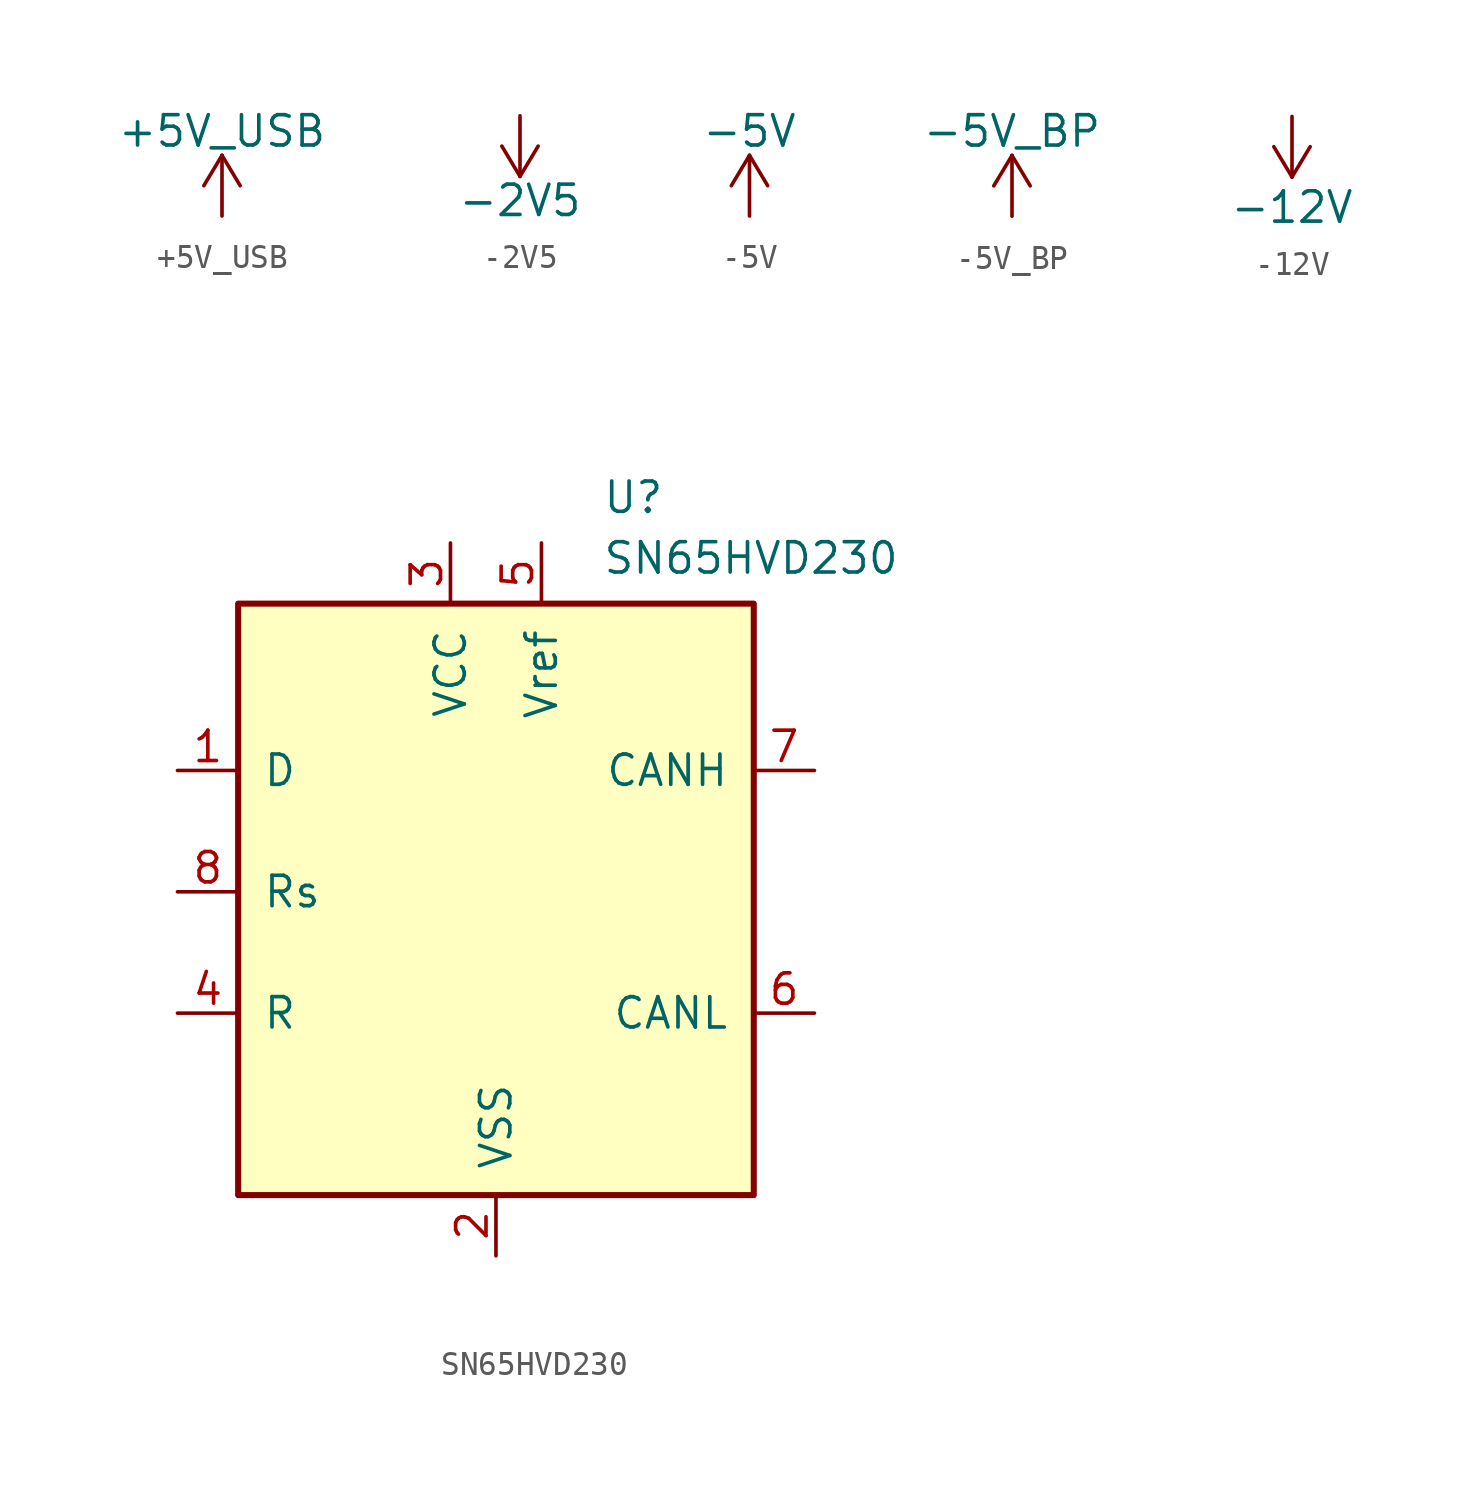
<source format=kicad_sym>
(kicad_symbol_lib
  (version 20211014)
  (generator kicad_symbol_editor)
  (symbol "+5V_USB"
    (power)
    (pin_names
      (offset 0))
    (property "Reference" "#PWR"
      (at 0 -3.81 0)
      (effects (font (size 1.27 1.27)) hide))
    (property "Value" "+5V_USB"
      (at 0 3.556 0)
      (effects (font (size 1.27 1.27))))
    (property "Footprint" ""
      (at 0 0 0)
      (effects (font (size 1.27 1.27))))
    (property "Datasheet" ""
      (at 0 0 0)
      (effects (font (size 1.27 1.27))))
    (symbol "+5V_USB_0_1"
      (polyline (pts (xy -0.762 1.27) (xy 0 2.54)) (stroke (width 0) (type default) (color 0 0 0 0)) (fill (type none)))
      (polyline (pts (xy 0 0) (xy 0 2.54)) (stroke (width 0) (type default) (color 0 0 0 0)) (fill (type none)))
      (polyline (pts (xy 0 2.54) (xy 0.762 1.27)) (stroke (width 0) (type default) (color 0 0 0 0)) (fill (type none))))
    (symbol "+5V_USB_1_1"
      (pin power_in line (at 0 0 90) (length 0) hide (name "+5V_USB" (effects (font (size 1.27 1.27)))) (number "1" (effects (font (size 1.27 1.27)))))))
  (symbol "-2V5"
    (power)
    (pin_names
      (offset 0))
    (property "Reference" "#PWR"
      (at 0 3.81 0)
      (effects (font (size 1.27 1.27)) hide))
    (property "Value" "-2V5"
      (at 0 -3.556 0)
      (effects (font (size 1.27 1.27))))
    (symbol "-2V5_0_1"
      (polyline (pts (xy -0.762 -1.27) (xy 0 -2.54)) (stroke (width 0) (type default) (color 0 0 0 0)) (fill (type none)))
      (polyline (pts (xy 0 -2.54) (xy 0.762 -1.27)) (stroke (width 0) (type default) (color 0 0 0 0)) (fill (type none)))
      (polyline (pts (xy 0 0) (xy 0 -2.54)) (stroke (width 0) (type default) (color 0 0 0 0)) (fill (type none))))
    (symbol "-2V5_1_1"
      (pin power_in line (at 0 0 270) (length 0) hide (name "-2V5" (effects (font (size 1.27 1.27)))) (number "1" (effects (font (size 1.27 1.27)))))))
  (symbol "-5V"
    (power)
    (pin_names
      (offset 0))
    (property "Reference" "#PWR"
      (at 0 -3.81 0)
      (effects (font (size 1.27 1.27)) hide))
    (property "Value" "-5V"
      (at 0 3.556 0)
      (effects (font (size 1.27 1.27))))
    (property "Footprint" ""
      (at 0 0 0)
      (effects (font (size 1.27 1.27))))
    (property "Datasheet" ""
      (at 0 0 0)
      (effects (font (size 1.27 1.27))))
    (symbol "-5V_0_1"
      (polyline (pts (xy -0.762 1.27) (xy 0 2.54)) (stroke (width 0) (type default) (color 0 0 0 0)) (fill (type none)))
      (polyline (pts (xy 0 0) (xy 0 2.54)) (stroke (width 0) (type default) (color 0 0 0 0)) (fill (type none)))
      (polyline (pts (xy 0 2.54) (xy 0.762 1.27)) (stroke (width 0) (type default) (color 0 0 0 0)) (fill (type none))))
    (symbol "-5V_1_1"
      (pin power_in line (at 0 0 90) (length 0) hide (name "-5V" (effects (font (size 1.27 1.27)))) (number "1" (effects (font (size 1.27 1.27)))))))
  (symbol "-5V_BP"
    (power)
    (pin_names
      (offset 0))
    (property "Reference" "#PWR"
      (at 0 -3.81 0)
      (effects (font (size 1.27 1.27)) hide))
    (property "Value" "-5V_BP"
      (at 0 3.556 0)
      (effects (font (size 1.27 1.27))))
    (property "Footprint" ""
      (at 0 0 0)
      (effects (font (size 1.27 1.27))))
    (property "Datasheet" ""
      (at 0 0 0)
      (effects (font (size 1.27 1.27))))
    (symbol "-5V_BP_0_1"
      (polyline (pts (xy -0.762 1.27) (xy 0 2.54)) (stroke (width 0) (type default) (color 0 0 0 0)) (fill (type none)))
      (polyline (pts (xy 0 0) (xy 0 2.54)) (stroke (width 0) (type default) (color 0 0 0 0)) (fill (type none)))
      (polyline (pts (xy 0 2.54) (xy 0.762 1.27)) (stroke (width 0) (type default) (color 0 0 0 0)) (fill (type none))))
    (symbol "-5V_BP_1_1"
      (pin power_in line (at 0 0 90) (length 0) hide (name "-5V_BP" (effects (font (size 1.27 1.27)))) (number "1" (effects (font (size 1.27 1.27)))))))
  (symbol "-12V"
    (power)
    (pin_names
      (offset 0))
    (property "Reference" "#PWR"
      (at 0 -3.81 0)
      (effects (font (size 1.27 1.27)) hide))
    (property "Value" "-12V"
      (at 0 -3.81 0)
      (effects (font (size 1.27 1.27))))
    (symbol "-12V_0_1"
      (polyline (pts (xy -0.762 -1.27) (xy 0 -2.54)) (stroke (width 0) (type default) (color 0 0 0 0)) (fill (type none)))
      (polyline (pts (xy 0 -2.54) (xy 0.762 -1.27)) (stroke (width 0) (type default) (color 0 0 0 0)) (fill (type none)))
      (polyline (pts (xy 0 0) (xy 0 -2.54)) (stroke (width 0) (type default) (color 0 0 0 0)) (fill (type none))))
    (symbol "-12V_1_1"
      (pin power_in line (at 0 0 90) (length 0) hide (name "-12V" (effects (font (size 1.27 1.27)))) (number "1" (effects (font (size 1.27 1.27)))))))
  (symbol "SN65HVD230"
    (pin_names
      (offset 1.016))
    (property "Reference" "U"
      (at 4.445 17.145 0)
      (effects (font (size 1.27 1.27)) (justify left)))
    (property "Value" "SN65HVD230"
      (at 4.445 14.605 0)
      (effects (font (size 1.27 1.27)) (justify left)))
    (symbol "SN65HVD230_0_1"
      (rectangle (start -10.795 12.7) (end 10.795 -12.065) (stroke (width 0.254) (type default) (color 0 0 0 0)) (fill (type background))))
    (symbol "SN65HVD230_1_1"
      (pin input line (at -13.335 5.715 0) (length 2.54) (name "D" (effects (font (size 1.27 1.27)))) (number "1" (effects (font (size 1.27 1.27)))))
      (pin power_in line (at 0 -14.605 90) (length 2.54) (name "VSS" (effects (font (size 1.27 1.27)))) (number "2" (effects (font (size 1.27 1.27)))))
      (pin power_in line (at -1.905 15.24 270) (length 2.54) (name "VCC" (effects (font (size 1.27 1.27)))) (number "3" (effects (font (size 1.27 1.27)))))
      (pin output line (at -13.335 -4.445 0) (length 2.54) (name "R" (effects (font (size 1.27 1.27)))) (number "4" (effects (font (size 1.27 1.27)))))
      (pin power_out line (at 1.905 15.24 270) (length 2.54) (name "Vref" (effects (font (size 1.27 1.27)))) (number "5" (effects (font (size 1.27 1.27)))))
      (pin bidirectional line (at 13.335 -4.445 180) (length 2.54) (name "CANL" (effects (font (size 1.27 1.27)))) (number "6" (effects (font (size 1.27 1.27)))))
      (pin bidirectional line (at 13.335 5.715 180) (length 2.54) (name "CANH" (effects (font (size 1.27 1.27)))) (number "7" (effects (font (size 1.27 1.27)))))
      (pin input line (at -13.335 0.635 0) (length 2.54) (name "Rs" (effects (font (size 1.27 1.27)))) (number "8" (effects (font (size 1.27 1.27))))))))
</source>
